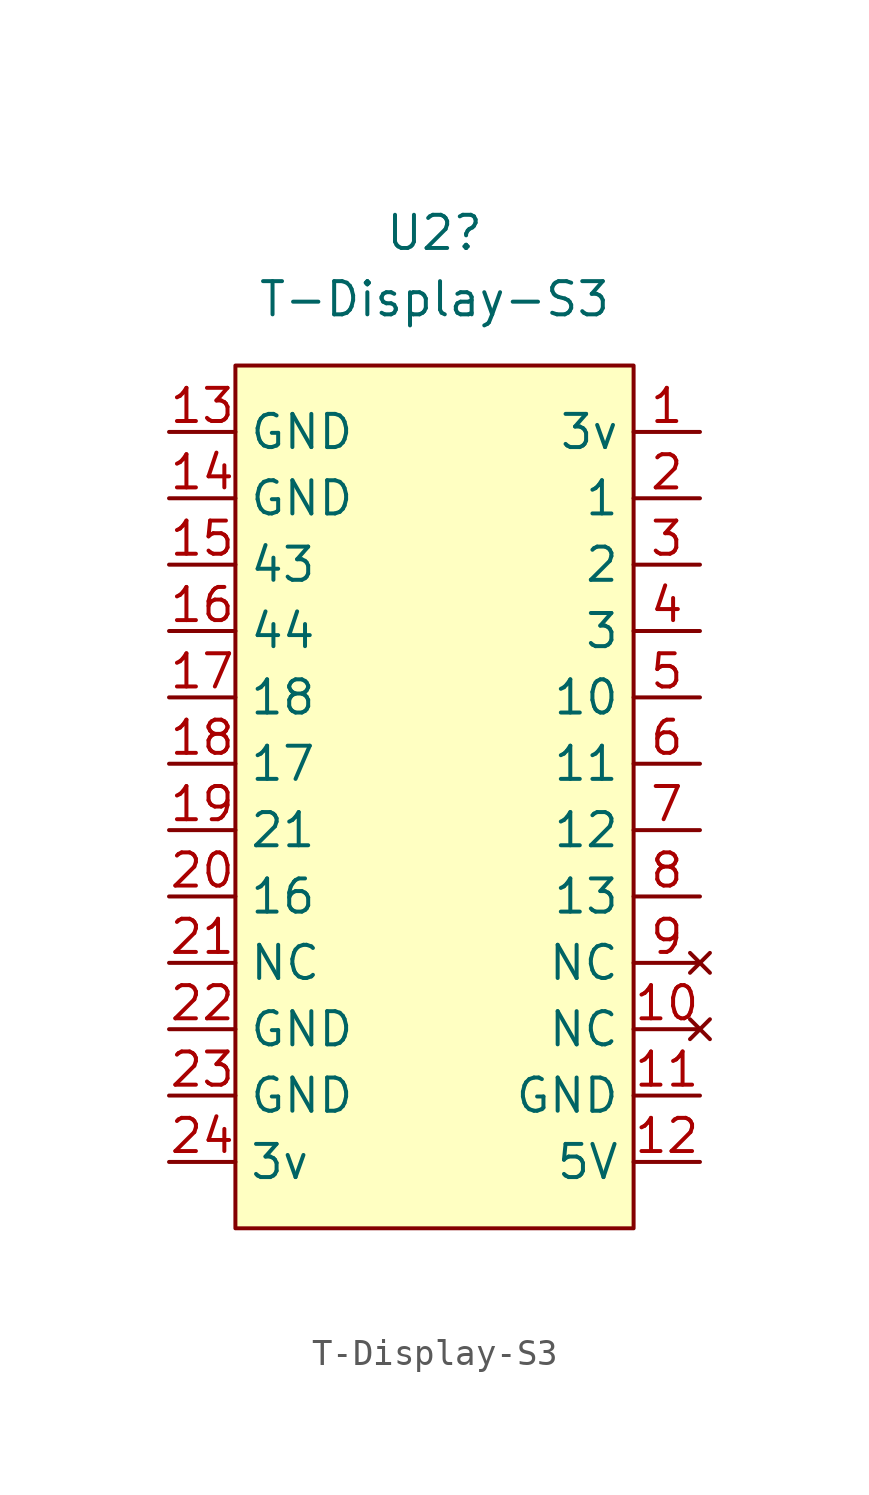
<source format=kicad_sym>
(kicad_symbol_lib
  (version 20241209)
  (generator "kicad_symbol_editor")
  (generator_version "9.0")
  (symbol "T-Display-S3"
    (property "Reference" "U2"
      (at -7.62 38.1 0)
      (effects (font (size 1.27 1.27))))
    (property "Value" "T-Display-S3"
      (at -7.62 35.56 0)
      (effects (font (size 1.27 1.27))))
    (symbol "T-Display-S3_0_1"
      (rectangle (start -15.24 33.02) (end 0 0) (stroke (width 0) (type default)) (fill (type background))))
    (symbol "T-Display-S3_1_1"
      (pin power_in line (at -17.78 30.48 0) (length 2.54) (name "GND" (effects (font (size 1.27 1.27)))) (number "13" (effects (font (size 1.27 1.27)))))
      (pin power_in line (at -17.78 27.94 0) (length 2.54) (name "GND" (effects (font (size 1.27 1.27)))) (number "14" (effects (font (size 1.27 1.27)))))
      (pin bidirectional line (at -17.78 25.4 0) (length 2.54) (name "43" (effects (font (size 1.27 1.27)))) (number "15" (effects (font (size 1.27 1.27)))))
      (pin bidirectional line (at -17.78 22.86 0) (length 2.54) (name "44" (effects (font (size 1.27 1.27)))) (number "16" (effects (font (size 1.27 1.27)))))
      (pin bidirectional line (at -17.78 20.32 0) (length 2.54) (name "18" (effects (font (size 1.27 1.27)))) (number "17" (effects (font (size 1.27 1.27)))))
      (pin bidirectional line (at -17.78 17.78 0) (length 2.54) (name "17" (effects (font (size 1.27 1.27)))) (number "18" (effects (font (size 1.27 1.27)))))
      (pin bidirectional line (at -17.78 15.24 0) (length 2.54) (name "21" (effects (font (size 1.27 1.27)))) (number "19" (effects (font (size 1.27 1.27)))))
      (pin bidirectional line (at -17.78 12.7 0) (length 2.54) (name "16" (effects (font (size 1.27 1.27)))) (number "20" (effects (font (size 1.27 1.27)))))
      (pin bidirectional line (at -17.78 10.16 0) (length 2.54) (name "NC" (effects (font (size 1.27 1.27)))) (number "21" (effects (font (size 1.27 1.27)))))
      (pin power_in line (at -17.78 7.62 0) (length 2.54) (name "GND" (effects (font (size 1.27 1.27)))) (number "22" (effects (font (size 1.27 1.27)))))
      (pin power_in line (at -17.78 5.08 0) (length 2.54) (name "GND" (effects (font (size 1.27 1.27)))) (number "23" (effects (font (size 1.27 1.27)))))
      (pin bidirectional line (at -17.78 2.54 0) (length 2.54) (name "3v" (effects (font (size 1.27 1.27)))) (number "24" (effects (font (size 1.27 1.27)))))
      (pin power_in line (at 2.54 30.48 180) (length 2.54) (name "3v" (effects (font (size 1.27 1.27)))) (number "1" (effects (font (size 1.27 1.27)))))
      (pin bidirectional line (at 2.54 27.94 180) (length 2.54) (name "1" (effects (font (size 1.27 1.27)))) (number "2" (effects (font (size 1.27 1.27)))))
      (pin bidirectional line (at 2.54 25.4 180) (length 2.54) (name "2" (effects (font (size 1.27 1.27)))) (number "3" (effects (font (size 1.27 1.27)))))
      (pin bidirectional line (at 2.54 22.86 180) (length 2.54) (name "3" (effects (font (size 1.27 1.27)))) (number "4" (effects (font (size 1.27 1.27)))))
      (pin bidirectional line (at 2.54 20.32 180) (length 2.54) (name "10" (effects (font (size 1.27 1.27)))) (number "5" (effects (font (size 1.27 1.27)))))
      (pin bidirectional line (at 2.54 17.78 180) (length 2.54) (name "11" (effects (font (size 1.27 1.27)))) (number "6" (effects (font (size 1.27 1.27)))))
      (pin bidirectional line (at 2.54 15.24 180) (length 2.54) (name "12" (effects (font (size 1.27 1.27)))) (number "7" (effects (font (size 1.27 1.27)))))
      (pin bidirectional line (at 2.54 12.7 180) (length 2.54) (name "13" (effects (font (size 1.27 1.27)))) (number "8" (effects (font (size 1.27 1.27)))))
      (pin no_connect line (at 2.54 10.16 180) (length 2.54) (name "NC" (effects (font (size 1.27 1.27)))) (number "9" (effects (font (size 1.27 1.27)))))
      (pin no_connect line (at 2.54 7.62 180) (length 2.54) (name "NC" (effects (font (size 1.27 1.27)))) (number "10" (effects (font (size 1.27 1.27)))))
      (pin power_in line (at 2.54 5.08 180) (length 2.54) (name "GND" (effects (font (size 1.27 1.27)))) (number "11" (effects (font (size 1.27 1.27)))))
      (pin power_in line (at 2.54 2.54 180) (length 2.54) (name "5V" (effects (font (size 1.27 1.27)))) (number "12" (effects (font (size 1.27 1.27))))))))
</source>
